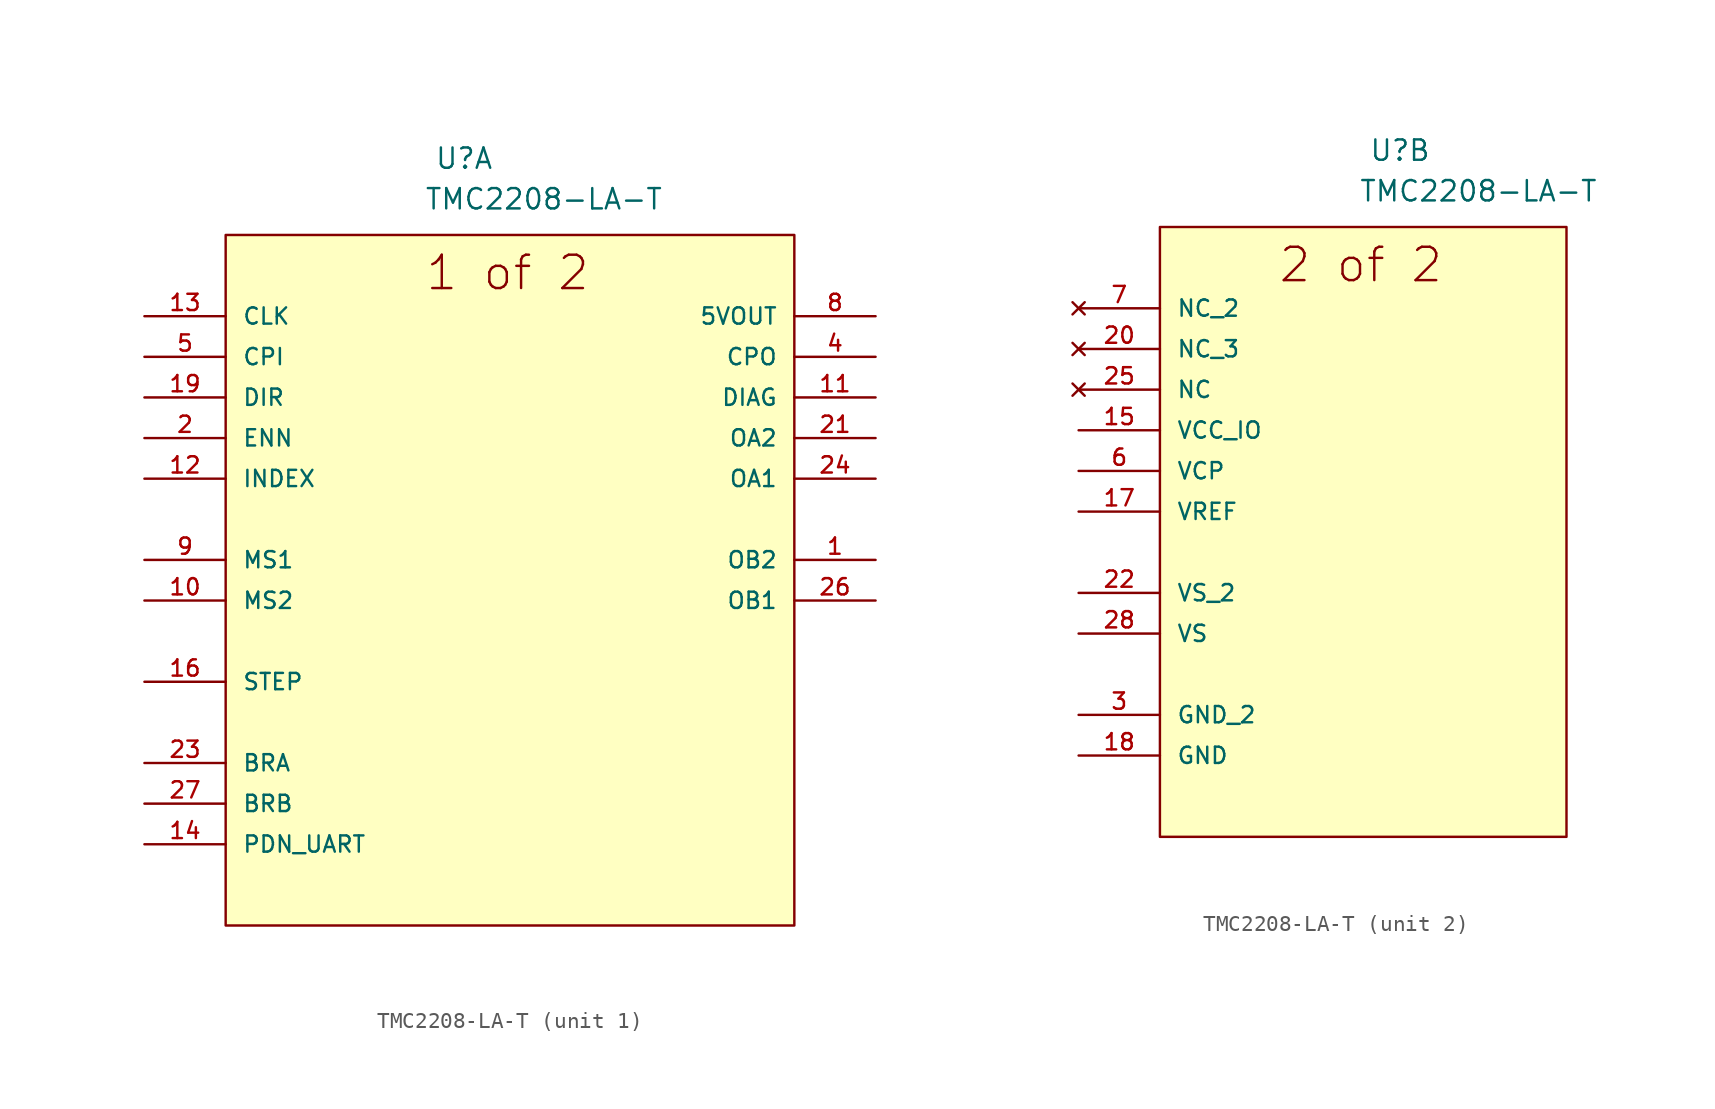
<source format=kicad_sym>
(kicad_symbol_lib
  (version 20211014)
  (generator kicad_symbol_editor)
  (symbol "TMC2208-LA-T"
    (pin_names
      (offset 1.016))
    (property "Reference" "U"
      (at 20.676 9.119 0.0)
      (effects (font (size 1.27 1.27)) (justify bottom left)))
    (property "Value" "TMC2208-LA-T"
      (at 20.041 6.579 0.0)
      (effects (font (size 1.27 1.27)) (justify bottom left)))
    (symbol "TMC2208-LA-T_1_0"
      (text "1 of 2" (at 20.041 1.499 0) (effects (font (size 2.083 2.083)) (justify bottom left)))
      (rectangle (start 7.62 -38.1) (end 43.18 5.08) (stroke (width 0.152)) (fill (type background)))
      (pin input line (at 2.54 0.0 0) (length 5.08) (name "CLK" (effects (font (size 1.016 1.016)))) (number "13" (effects (font (size 1.016 1.016)))))
      (pin input line (at 2.54 -2.54 0) (length 5.08) (name "CPI" (effects (font (size 1.016 1.016)))) (number "5" (effects (font (size 1.016 1.016)))))
      (pin input line (at 2.54 -5.08 0) (length 5.08) (name "DIR" (effects (font (size 1.016 1.016)))) (number "19" (effects (font (size 1.016 1.016)))))
      (pin input line (at 2.54 -7.62 0) (length 5.08) (name "ENN" (effects (font (size 1.016 1.016)))) (number "2" (effects (font (size 1.016 1.016)))))
      (pin output line (at 2.54 -10.16 0) (length 5.08) (name "INDEX" (effects (font (size 1.016 1.016)))) (number "12" (effects (font (size 1.016 1.016)))))
      (pin input line (at 2.54 -15.24 0) (length 5.08) (name "MS1" (effects (font (size 1.016 1.016)))) (number "9" (effects (font (size 1.016 1.016)))))
      (pin input line (at 2.54 -17.78 0) (length 5.08) (name "MS2" (effects (font (size 1.016 1.016)))) (number "10" (effects (font (size 1.016 1.016)))))
      (pin input line (at 2.54 -22.86 0) (length 5.08) (name "STEP" (effects (font (size 1.016 1.016)))) (number "16" (effects (font (size 1.016 1.016)))))
      (pin passive line (at 2.54 -27.94 0) (length 5.08) (name "BRA" (effects (font (size 1.016 1.016)))) (number "23" (effects (font (size 1.016 1.016)))))
      (pin passive line (at 2.54 -30.48 0) (length 5.08) (name "BRB" (effects (font (size 1.016 1.016)))) (number "27" (effects (font (size 1.016 1.016)))))
      (pin bidirectional line (at 2.54 -33.02 0) (length 5.08) (name "PDN_UART" (effects (font (size 1.016 1.016)))) (number "14" (effects (font (size 1.016 1.016)))))
      (pin output line (at 48.26 0.0 180.0) (length 5.08) (name "5VOUT" (effects (font (size 1.016 1.016)))) (number "8" (effects (font (size 1.016 1.016)))))
      (pin output line (at 48.26 -2.54 180.0) (length 5.08) (name "CPO" (effects (font (size 1.016 1.016)))) (number "4" (effects (font (size 1.016 1.016)))))
      (pin output line (at 48.26 -5.08 180.0) (length 5.08) (name "DIAG" (effects (font (size 1.016 1.016)))) (number "11" (effects (font (size 1.016 1.016)))))
      (pin output line (at 48.26 -7.62 180.0) (length 5.08) (name "OA2" (effects (font (size 1.016 1.016)))) (number "21" (effects (font (size 1.016 1.016)))))
      (pin output line (at 48.26 -10.16 180.0) (length 5.08) (name "OA1" (effects (font (size 1.016 1.016)))) (number "24" (effects (font (size 1.016 1.016)))))
      (pin output line (at 48.26 -15.24 180.0) (length 5.08) (name "OB2" (effects (font (size 1.016 1.016)))) (number "1" (effects (font (size 1.016 1.016)))))
      (pin output line (at 48.26 -17.78 180.0) (length 5.08) (name "OB1" (effects (font (size 1.016 1.016)))) (number "26" (effects (font (size 1.016 1.016))))))
    (symbol "TMC2208-LA-T_2_0"
      (text "2 of 2" (at 14.961 1.499 0) (effects (font (size 2.083 2.083)) (justify bottom left)))
      (rectangle (start 7.62 -33.02) (end 33.02 5.08) (stroke (width 0.152)) (fill (type background)))
      (pin no_connect line (at 2.54 0.0 0) (length 5.08) (name "NC_2" (effects (font (size 1.016 1.016)))) (number "7" (effects (font (size 1.016 1.016)))))
      (pin no_connect line (at 2.54 -2.54 0) (length 5.08) (name "NC_3" (effects (font (size 1.016 1.016)))) (number "20" (effects (font (size 1.016 1.016)))))
      (pin no_connect line (at 2.54 -5.08 0) (length 5.08) (name "NC" (effects (font (size 1.016 1.016)))) (number "25" (effects (font (size 1.016 1.016)))))
      (pin power_in line (at 2.54 -7.62 0) (length 5.08) (name "VCC_IO" (effects (font (size 1.016 1.016)))) (number "15" (effects (font (size 1.016 1.016)))))
      (pin power_in line (at 2.54 -10.16 0) (length 5.08) (name "VCP" (effects (font (size 1.016 1.016)))) (number "6" (effects (font (size 1.016 1.016)))))
      (pin input line (at 2.54 -12.7 0) (length 5.08) (name "VREF" (effects (font (size 1.016 1.016)))) (number "17" (effects (font (size 1.016 1.016)))))
      (pin power_in line (at 2.54 -17.78 0) (length 5.08) (name "VS_2" (effects (font (size 1.016 1.016)))) (number "22" (effects (font (size 1.016 1.016)))))
      (pin power_in line (at 2.54 -20.32 0) (length 5.08) (name "VS" (effects (font (size 1.016 1.016)))) (number "28" (effects (font (size 1.016 1.016)))))
      (pin power_in line (at 2.54 -25.4 0) (length 5.08) (name "GND_2" (effects (font (size 1.016 1.016)))) (number "3" (effects (font (size 1.016 1.016)))))
      (pin power_in line (at 2.54 -27.94 0) (length 5.08) (name "GND" (effects (font (size 1.016 1.016)))) (number "18" (effects (font (size 1.016 1.016))))))))
</source>
